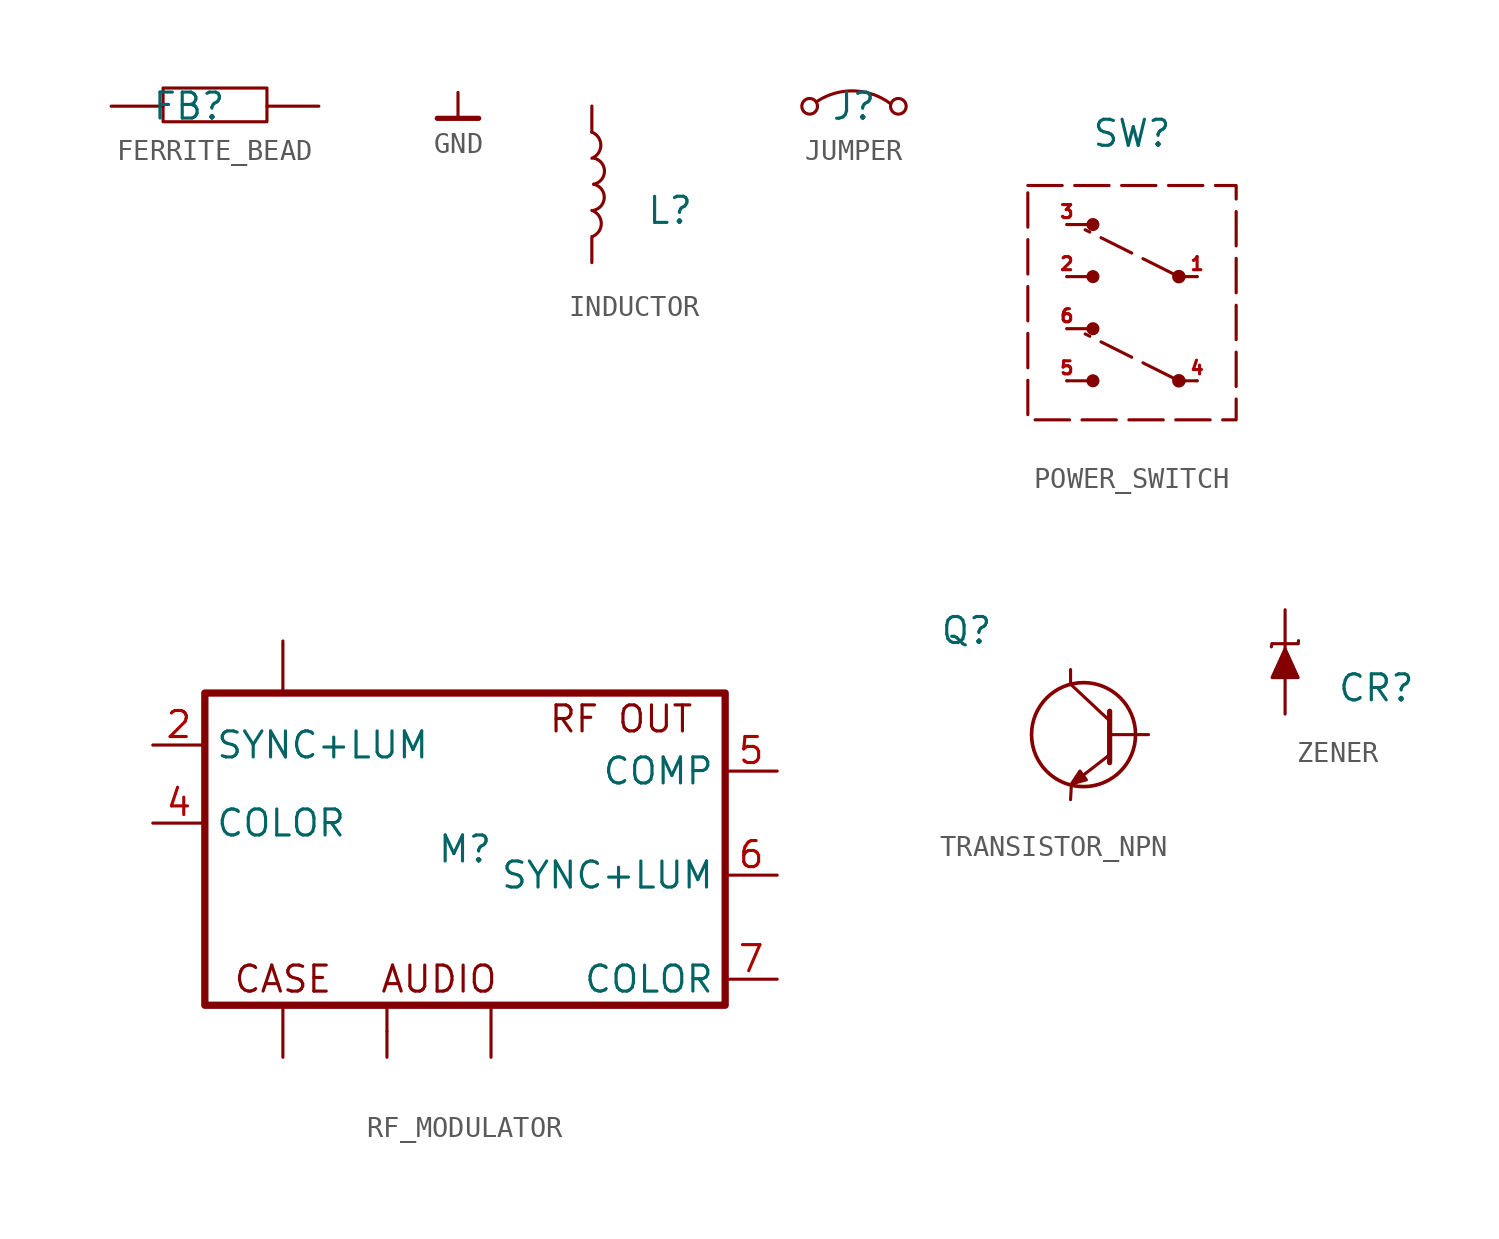
<source format=kicad_sym>
(kicad_symbol_lib
  (version 20220914)
  (generator kicad_symbol_editor)
  (symbol "FERRITE_BEAD"
    (pin_names
      (offset 1.016))
    (property "Reference" "FB"
      (at -1.27 0 0)
      (effects (font (size 1.27 1.27))))
    (symbol "FERRITE_BEAD_0_1"
      (rectangle (start -2.54 0.889) (end 2.54 -0.762) (stroke (width 0) (type solid)) (fill (type none)))
      (polyline (pts (xy -2.54 0) (xy -5.08 0)) (stroke (width 0) (type solid)) (fill (type none)))
      (polyline (pts (xy 2.54 0) (xy 5.08 0)) (stroke (width 0) (type solid)) (fill (type none))))
    (symbol "FERRITE_BEAD_1_1"
      (pin input line (at -5.08 0 0) (length 0) hide (name "~" (effects (font (size 1.27 1.27)))) (number "1" (effects (font (size 1.27 1.27)))))
      (pin input line (at 5.08 0 180) (length 0) hide (name "~" (effects (font (size 1.27 1.27)))) (number "2" (effects (font (size 1.27 1.27)))))))
  (symbol "GND"
    (power)
    (pin_names
      (offset 0))
    (property "Reference" "#PWR"
      (at 0 -6.35 0)
      (effects (font (size 1.27 1.27)) hide))
    (symbol "GND_0_1"
      (polyline (pts (xy -1.016 -1.27) (xy 1.016 -1.27)) (stroke (width 0.254) (type default)) (fill (type none)))
      (polyline (pts (xy 0 0) (xy 0 -1.27)) (stroke (width 0) (type default)) (fill (type none))))
    (symbol "GND_1_1"
      (pin power_in line (at 0 0 270) (length 0) hide (name "GND" (effects (font (size 1.27 1.27)))) (number "1" (effects (font (size 1.27 1.27)))))))
  (symbol "INDUCTOR"
    (property "Reference" "L"
      (at 3.81 -1.27 0)
      (effects (font (size 1.27 1.27))))
    (property "Value" ""
      (at 0 0 0)
      (effects (font (size 1.27 1.27))))
    (symbol "INDUCTOR_0_1"
      (polyline (pts (xy 0 -3.81) (xy 0 -2.54)) (stroke (width 0) (type default)) (fill (type none)))
      (polyline (pts (xy 0 3.81) (xy 0 2.54)) (stroke (width 0) (type default)) (fill (type none)))
      (arc (start 0 1.27) (mid 0.4369 1.905) (end 0 2.54) (stroke (width 0) (type default)) (fill (type none)))
      (arc (start 0.0572 -2.5274) (mid 0.459 -1.8791) (end 0 -1.27) (stroke (width 0) (type default)) (fill (type none)))
      (arc (start 0.0887 -1.2643) (mid 0.6044 -0.6293) (end 0.0887 0.0057) (stroke (width 0) (type default)) (fill (type none)))
      (arc (start 0.0887 0.0057) (mid 0.6147 0.6407) (end 0.0887 1.2757) (stroke (width 0) (type default)) (fill (type none))))
    (symbol "INDUCTOR_1_1"
      (pin input line (at 0 3.81 270) (length 2.54) hide (name "" (effects (font (size 1.27 1.27)))) (number "1" (effects (font (size 1.27 1.27)))))
      (pin input line (at 0 -3.81 90) (length 2.54) hide (name "" (effects (font (size 1.27 1.27)))) (number "2" (effects (font (size 1.27 1.27)))))))
  (symbol "JUMPER"
    (property "Reference" "J"
      (at 0 0 0)
      (effects (font (size 1.27 1.27))))
    (property "Value" ""
      (at 0 0 0)
      (effects (font (size 1.27 1.27))))
    (symbol "JUMPER_0_1"
      (circle (center -2.159 0) (radius 0.381) (stroke (width 0) (type default)) (fill (type none)))
      (arc (start 1.778 0.127) (mid 0.0199 0.749) (end -1.778 0.254) (stroke (width 0) (type default)) (fill (type none)))
      (circle (center 2.159 0) (radius 0.381) (stroke (width 0) (type default)) (fill (type none))))
    (symbol "JUMPER_1_1"
      (pin input line (at -2.54 0 0) (length 2.54) hide (name "" (effects (font (size 1.27 1.27)))) (number "1" (effects (font (size 1.27 1.27)))))
      (pin input line (at 2.54 0 180) (length 2.54) hide (name "" (effects (font (size 1.27 1.27)))) (number "2" (effects (font (size 1.27 1.27)))))))
  (symbol "POWER_SWITCH"
    (property "Reference" "SW"
      (at -1.27 12.7 0)
      (effects (font (size 1.27 1.27))))
    (property "Value" ""
      (at -1.905 0 90)
      (effects (font (size 1.27 1.27))))
    (symbol "POWER_SWITCH_0_1"
      (rectangle (start -6.35 10.16) (end 3.81 -1.27) (stroke (width 0) (type dash)) (fill (type none)))
      (polyline (pts (xy -4.445 0.635) (xy -3.175 0.635)) (stroke (width 0) (type solid)) (fill (type none)))
      (polyline (pts (xy -3.175 0.635) (xy -3.175 0.635)) (stroke (width 0.635) (type solid)) (fill (type none)))
      (polyline (pts (xy -3.175 0.635) (xy -3.175 0.864)) (stroke (width 0) (type default)) (fill (type none)))
      (polyline (pts (xy -3.175 5.715) (xy -3.175 5.944)) (stroke (width 0) (type default)) (fill (type none)))
      (polyline (pts (xy 0.762 0.762) (xy -3.556 2.921)) (stroke (width 0) (type solid)) (fill (type none)))
      (polyline (pts (xy 0.762 5.842) (xy -3.556 8.001)) (stroke (width 0) (type solid)) (fill (type none)))
      (polyline (pts (xy 1.905 0.635) (xy 1.27 0.635)) (stroke (width 0) (type solid)) (fill (type none)))
      (polyline (pts (xy 1.905 5.715) (xy 1.27 5.715) (xy 1.397 5.715)) (stroke (width 0) (type solid)) (fill (type none)))
      (circle (center 1.016 0.635) (radius 0.254) (stroke (width 0) (type solid)) (fill (type outline)))
      (circle (center 1.016 5.715) (radius 0.254) (stroke (width 0) (type solid)) (fill (type outline))))
    (symbol "POWER_SWITCH_1_1"
      (polyline (pts (xy -4.445 3.175) (xy -3.175 3.175)) (stroke (width 0) (type solid)) (fill (type none)))
      (polyline (pts (xy -4.445 5.715) (xy -3.175 5.715)) (stroke (width 0) (type solid)) (fill (type none)))
      (polyline (pts (xy -4.445 8.255) (xy -3.175 8.255)) (stroke (width 0) (type solid)) (fill (type none)))
      (polyline (pts (xy -3.175 3.175) (xy -3.175 3.175)) (stroke (width 0.635) (type solid)) (fill (type none)))
      (polyline (pts (xy -3.175 5.715) (xy -3.175 5.715)) (stroke (width 0.635) (type solid)) (fill (type none)))
      (polyline (pts (xy -3.175 8.255) (xy -3.175 8.255)) (stroke (width 0.635) (type solid)) (fill (type none)))
      (pin input line (at 1.905 5.715 0) (length 0) (name "~" (effects (font (size 1.27 1.27)))) (number "1" (effects (font (size 0.635 0.635)))))
      (pin input line (at -4.445 5.715 0) (length 0) (name "~" (effects (font (size 1.27 1.27)))) (number "2" (effects (font (size 0.635 0.635)))))
      (pin input line (at -4.445 8.255 0) (length 0) (name "~" (effects (font (size 1.27 1.27)))) (number "3" (effects (font (size 0.635 0.635)))))
      (pin input line (at 1.905 0.635 0) (length 0) (name "~" (effects (font (size 1.27 1.27)))) (number "4" (effects (font (size 0.635 0.635)))))
      (pin input line (at -4.445 0.635 0) (length 0) (name "~" (effects (font (size 1.27 1.27)))) (number "5" (effects (font (size 0.635 0.635)))))
      (pin input line (at -4.445 3.175 0) (length 0) (name "~" (effects (font (size 1.27 1.27)))) (number "6" (effects (font (size 0.635 0.635)))))
      (pin input line (at -1.27 -1.27 90) (length 0) hide (name "SHIELD" (effects (font (size 1.27 1.27)))) (number "pe" (effects (font (size 1.27 1.27)))))
      (pin input line (at -1.27 -1.27 90) (length 0) hide (name "SHIELD" (effects (font (size 1.27 1.27)))) (number "pe" (effects (font (size 1.27 1.27)))))))
  (symbol "RF_MODULATOR"
    (property "Reference" "M"
      (at 0 0 0)
      (effects (font (size 1.27 1.27))))
    (property "Value" ""
      (at 0 0 0)
      (effects (font (size 1.27 1.27))))
    (symbol "RF_MODULATOR_0_0"
      (polyline (pts (xy -8.89 -7.62) (xy -8.89 -10.16)) (stroke (width 0) (type default)) (fill (type none)))
      (polyline (pts (xy -8.89 10.16) (xy -8.89 7.62)) (stroke (width 0) (type default)) (fill (type none)))
      (polyline (pts (xy -3.81 -8.89) (xy -3.81 -8.89)) (stroke (width 0) (type default)) (fill (type none)))
      (polyline (pts (xy -3.81 -7.62) (xy -3.81 -10.16)) (stroke (width 0) (type default)) (fill (type none)))
      (polyline (pts (xy 1.27 -7.62) (xy 1.27 -10.16)) (stroke (width 0) (type default)) (fill (type none)))
      (text "AUDIO" (at -1.27 -6.35 0) (effects (font (size 1.27 1.27))))
      (text "CASE" (at -8.89 -6.35 0) (effects (font (size 1.27 1.27))))
      (text "RF OUT" (at 7.62 6.35 0) (effects (font (size 1.27 1.27)))))
    (symbol "RF_MODULATOR_0_1"
      (rectangle (start -12.7 7.62) (end 12.7 -7.62) (stroke (width 0.356) (type default)) (fill (type none))))
    (symbol "RF_MODULATOR_1_1"
      (pin passive line (at -8.89 10.16 270) (length 0) hide (name "VCC" (effects (font (size 1.27 1.27)))) (number "1" (effects (font (size 1.27 1.27)))))
      (pin passive line (at -15.24 5.08 0) (length 2.54) (name "SYNC+LUM" (effects (font (size 1.27 1.27)))) (number "2" (effects (font (size 1.27 1.27)))))
      (pin passive line (at -3.81 -10.16 90) (length 2.54) hide (name "AGND" (effects (font (size 1.27 1.27)))) (number "3" (effects (font (size 1.27 1.27)))))
      (pin passive line (at -15.24 1.27 0) (length 2.54) (name "COLOR" (effects (font (size 1.27 1.27)))) (number "4" (effects (font (size 1.27 1.27)))))
      (pin passive line (at 15.24 3.81 180) (length 2.54) (name "COMP" (effects (font (size 1.27 1.27)))) (number "5" (effects (font (size 1.27 1.27)))))
      (pin passive line (at 15.24 -1.27 180) (length 2.54) (name "SYNC+LUM" (effects (font (size 1.27 1.27)))) (number "6" (effects (font (size 1.27 1.27)))))
      (pin passive line (at 15.24 -6.35 180) (length 2.54) (name "COLOR" (effects (font (size 1.27 1.27)))) (number "7" (effects (font (size 1.27 1.27)))))
      (pin passive line (at 1.27 -10.16 90) (length 2.54) hide (name "AUDIO" (effects (font (size 1.27 1.27)))) (number "8" (effects (font (size 1.27 1.27)))))
      (pin passive line (at -8.89 -10.16 90) (length 0) hide (name "CASE" (effects (font (size 1.27 1.27)))) (number "CASE" (effects (font (size 1.27 1.27)))))))
  (symbol "TRANSISTOR_NPN"
    (property "Reference" "Q"
      (at -6.35 5.08 0)
      (effects (font (size 1.27 1.27))))
    (property "Value" ""
      (at 0 0 0)
      (effects (font (size 1.27 1.27))))
    (symbol "TRANSISTOR_NPN_0_1"
      (circle (center -0.635 0) (radius 2.54) (stroke (width 0.178) (type default)) (fill (type none)))
      (polyline (pts (xy -1.27 -3.175) (xy -1.228 -2.431)) (stroke (width 0) (type default)) (fill (type none)))
      (polyline (pts (xy -1.27 3.175) (xy -1.268 2.465)) (stroke (width 0) (type default)) (fill (type none)))
      (polyline (pts (xy 0.605 0.709) (xy -1.215 2.413)) (stroke (width 0) (type default)) (fill (type none)))
      (polyline (pts (xy 0.635 0) (xy 2.54 0)) (stroke (width 0) (type default)) (fill (type none)))
      (polyline (pts (xy 0.64 1.141) (xy 0.64 -1.37)) (stroke (width 0.254) (type default)) (fill (type none)))
      (polyline (pts (xy 0.65 -0.975) (xy -1.242 -2.444)) (stroke (width 0) (type default)) (fill (type none)))
      (polyline (pts (xy -1.215 -2.392) (xy -0.811 -1.778) (xy -0.497 -2.209) (xy -1.215 -2.405) (xy -0.771 -1.895) (xy -0.628 -2.131) (xy -0.954 -2.235) (xy -0.758 -2.026)) (stroke (width 0) (type default)) (fill (type none))))
    (symbol "TRANSISTOR_NPN_1_1"
      (pin passive line (at 2.54 0 0) (length 0) hide (name "B" (effects (font (size 1.27 1.27)))) (number "B" (effects (font (size 1.016 1.016)))))
      (pin open_collector line (at -1.27 3.175 0) (length 0) hide (name "C" (effects (font (size 1.27 1.27)))) (number "C" (effects (font (size 1.016 1.016)))))
      (pin passive line (at -1.27 -3.175 0) (length 0) hide (name "E" (effects (font (size 1.27 1.27)))) (number "E" (effects (font (size 1.016 1.016)))))))
  (symbol "ZENER"
    (property "Reference" "CR"
      (at 4.445 -1.27 0)
      (effects (font (size 1.27 1.27))))
    (property "Value" ""
      (at 0 0 0)
      (effects (font (size 1.27 1.27))))
    (symbol "ZENER_0_1"
      (polyline (pts (xy -0.635 0.889) (xy -0.669 0.734)) (stroke (width 0) (type default)) (fill (type none)))
      (polyline (pts (xy -0.635 0.889) (xy 0.635 0.889)) (stroke (width 0) (type default)) (fill (type none)))
      (polyline (pts (xy 0 2.54) (xy 0 -2.54)) (stroke (width 0) (type default)) (fill (type none)))
      (polyline (pts (xy 0.635 0.889) (xy 0.654 1.037)) (stroke (width 0) (type default)) (fill (type none)))
      (polyline (pts (xy 0 0.635) (xy -0.635 -0.762) (xy 0.635 -0.762) (xy 0 0.635)) (stroke (width 0) (type default)) (fill (type outline))))
    (symbol "ZENER_1_1"
      (pin input line (at 0 2.54 270) (length 2.54) hide (name "KATODE" (effects (font (size 1.27 1.27)))) (number "1" (effects (font (size 1.27 1.27)))))
      (pin input line (at 0 -2.54 90) (length 2.54) hide (name "A" (effects (font (size 1.27 1.27)))) (number "2" (effects (font (size 1.27 1.27))))))))
</source>
